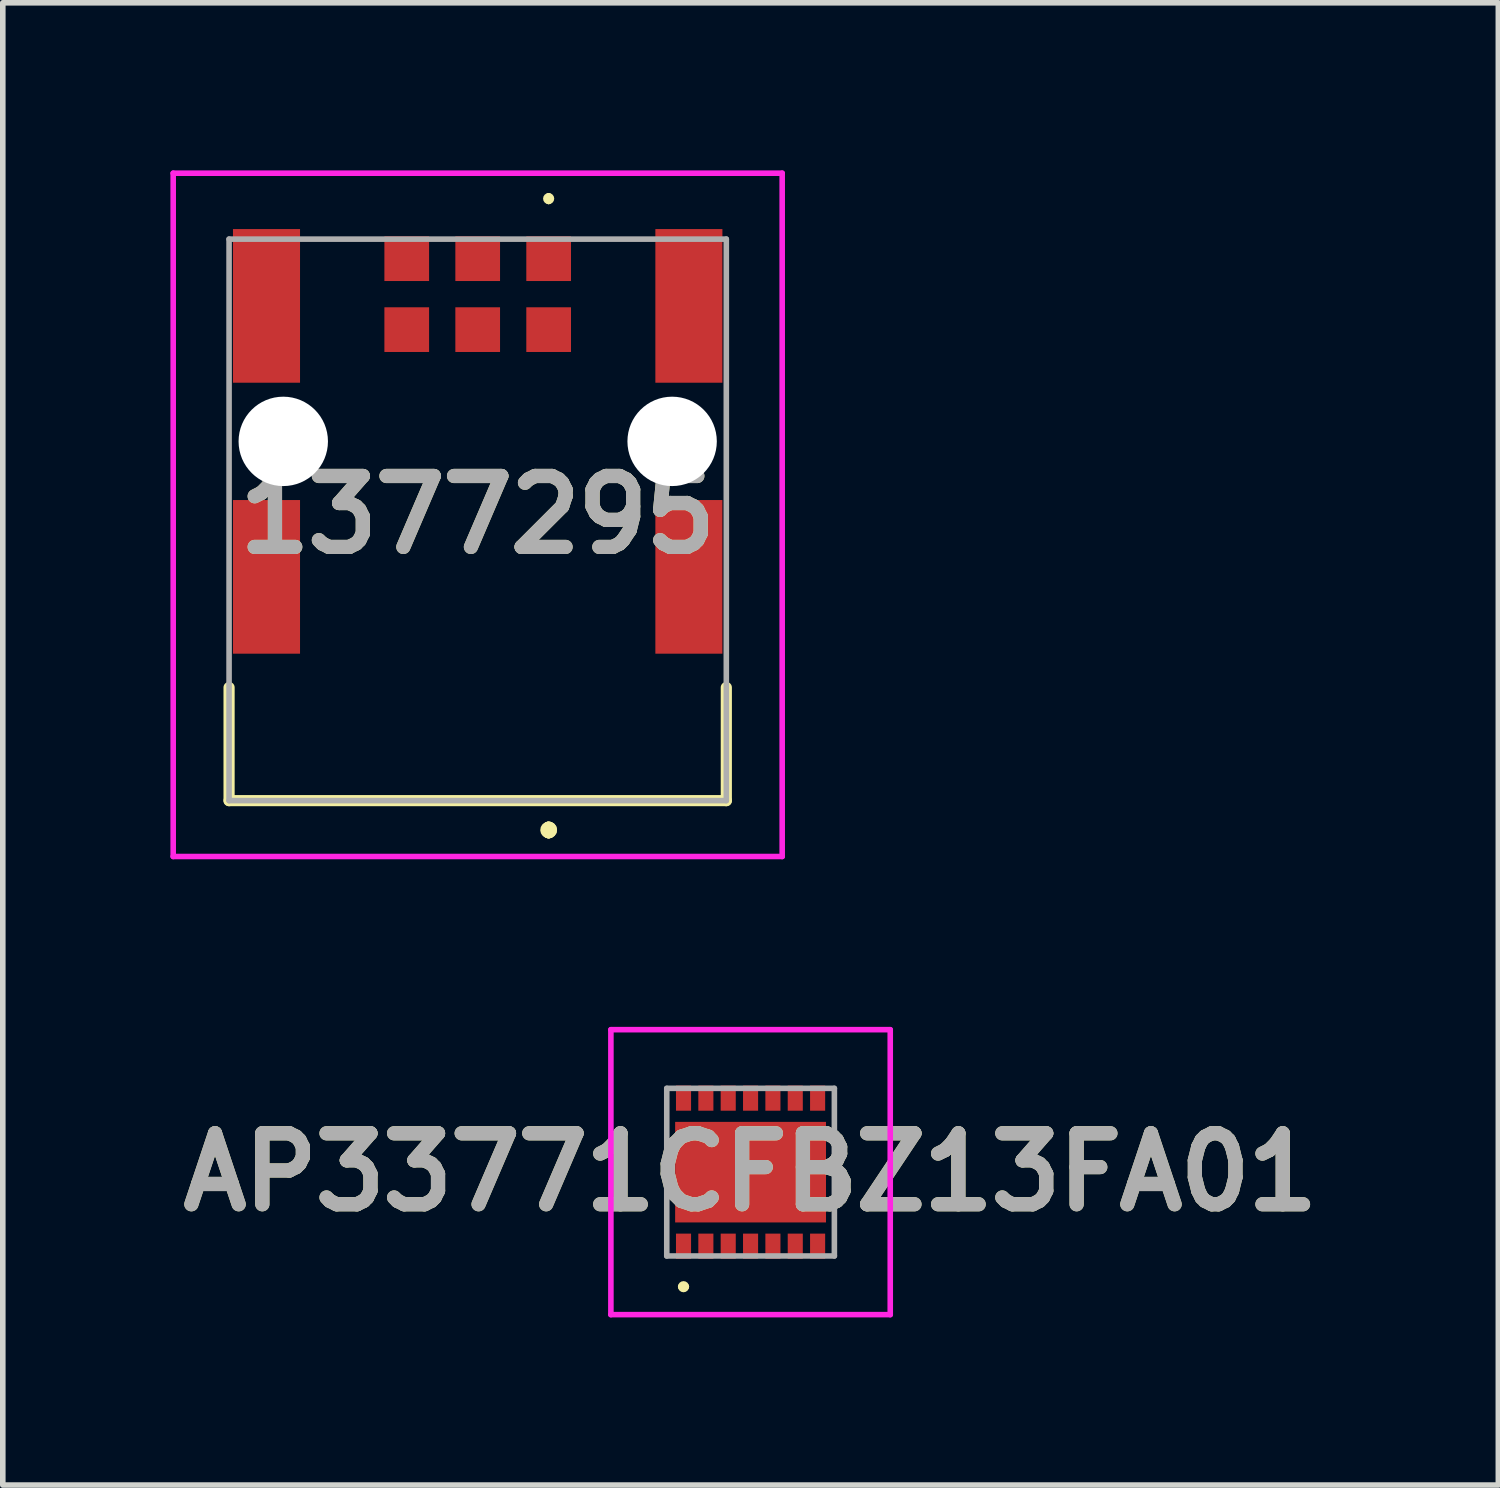
<source format=kicad_pcb>
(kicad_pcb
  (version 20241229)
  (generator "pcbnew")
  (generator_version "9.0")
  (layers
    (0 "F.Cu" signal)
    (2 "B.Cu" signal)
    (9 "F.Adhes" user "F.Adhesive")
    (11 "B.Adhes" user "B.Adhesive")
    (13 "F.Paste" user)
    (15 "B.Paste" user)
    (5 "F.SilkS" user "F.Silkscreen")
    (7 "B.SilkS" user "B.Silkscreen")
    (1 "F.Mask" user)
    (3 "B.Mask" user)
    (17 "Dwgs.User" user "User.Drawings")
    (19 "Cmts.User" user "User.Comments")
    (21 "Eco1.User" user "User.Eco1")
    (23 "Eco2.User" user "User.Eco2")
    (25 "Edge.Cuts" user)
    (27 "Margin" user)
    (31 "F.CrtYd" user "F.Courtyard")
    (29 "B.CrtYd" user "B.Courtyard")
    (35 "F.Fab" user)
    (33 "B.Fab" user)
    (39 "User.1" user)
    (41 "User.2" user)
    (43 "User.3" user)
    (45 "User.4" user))
  (footprint "1377295"
    (layer "F.Cu")
    (at 5.5 6.255)
    (property "Reference" "1377295" (at 0 -0.09 0) (layer "F.SilkS") (effects (font (size 1.27 1.27) (thickness 0.254))))
    (attr through_hole)
    (fp_line (start -4.45 3) (end -4.45 5.025) (stroke (width 0.2) (type solid)) (layer "F.SilkS"))
    (fp_line (start -4.45 5.025) (end 4.45 5.025) (stroke (width 0.2) (type solid)) (layer "F.SilkS"))
    (fp_line (start 1.27 -5.8) (end 1.27 -5.8) (stroke (width 0.1) (type solid)) (layer "F.SilkS"))
    (fp_line (start 1.27 -5.7) (end 1.27 -5.7) (stroke (width 0.1) (type solid)) (layer "F.SilkS"))
    (fp_line (start 1.27 5.5) (end 1.27 5.5) (stroke (width 0.2) (type solid)) (layer "F.SilkS"))
    (fp_line (start 1.27 5.6) (end 1.27 5.6) (stroke (width 0.2) (type solid)) (layer "F.SilkS"))
    (fp_line (start 1.27 5.6) (end 1.27 5.6) (stroke (width 0.2) (type solid)) (layer "F.SilkS"))
    (fp_line (start 4.45 5.025) (end 4.45 3) (stroke (width 0.2) (type solid)) (layer "F.SilkS"))
    (fp_arc (start 1.27 -5.8) (mid 1.32 -5.75) (end 1.27 -5.7) (stroke (width 0.1) (type solid)) (layer "F.SilkS"))
    (fp_arc (start 1.27 -5.7) (mid 1.22 -5.75) (end 1.27 -5.8) (stroke (width 0.1) (type solid)) (layer "F.SilkS"))
    (fp_arc (start 1.27 5.5) (mid 1.32 5.55) (end 1.27 5.6) (stroke (width 0.2) (type solid)) (layer "F.SilkS"))
    (fp_arc (start 1.27 5.5) (mid 1.32 5.55) (end 1.27 5.6) (stroke (width 0.2) (type solid)) (layer "F.SilkS"))
    (fp_arc (start 1.27 5.6) (mid 1.22 5.55) (end 1.27 5.5) (stroke (width 0.2) (type solid)) (layer "F.SilkS"))
    (fp_line (start -5.45 -6.205) (end 5.45 -6.205) (stroke (width 0.1) (type solid)) (layer "F.CrtYd"))
    (fp_line (start -5.45 6.025) (end -5.45 -6.205) (stroke (width 0.1) (type solid)) (layer "F.CrtYd"))
    (fp_line (start 5.45 -6.205) (end 5.45 6.025) (stroke (width 0.1) (type solid)) (layer "F.CrtYd"))
    (fp_line (start 5.45 6.025) (end -5.45 6.025) (stroke (width 0.1) (type solid)) (layer "F.CrtYd"))
    (fp_line (start -4.45 -5.025) (end -4.45 5.025) (stroke (width 0.1) (type solid)) (layer "F.Fab"))
    (fp_line (start -4.45 5.025) (end 4.45 5.025) (stroke (width 0.1) (type solid)) (layer "F.Fab"))
    (fp_line (start 4.45 -5.025) (end -4.45 -5.025) (stroke (width 0.1) (type solid)) (layer "F.Fab"))
    (fp_line (start 4.45 5.025) (end 4.45 -5.025) (stroke (width 0.1) (type solid)) (layer "F.Fab"))
    (fp_text user "${REFERENCE}" (at 0 -0.09 0) (layer "F.Fab") (effects (font (size 1.27 1.27) (thickness 0.254))))
    (pad "" np_thru_hole circle (at -3.48 -1.405) (size 1.6 1.6) (drill 1.6) (layers "*.Cu" "*.Mask"))
    (pad "" np_thru_hole circle (at 3.48 -1.405) (size 1.6 1.6) (drill 1.6) (layers "*.Cu" "*.Mask"))
    (pad "A1" smd rect (at 1.27 -3.405 90) (size 0.8 0.8) (layers "F.Cu" "F.Mask" "F.Paste"))
    (pad "A2" smd rect (at 0 -3.405 90) (size 0.8 0.8) (layers "F.Cu" "F.Mask" "F.Paste"))
    (pad "A3" smd rect (at -1.27 -3.405 90) (size 0.8 0.8) (layers "F.Cu" "F.Mask" "F.Paste"))
    (pad "B1" smd rect (at 1.27 -4.675 90) (size 0.8 0.8) (layers "F.Cu" "F.Mask" "F.Paste"))
    (pad "B2" smd rect (at 0 -4.675 90) (size 0.8 0.8) (layers "F.Cu" "F.Mask" "F.Paste"))
    (pad "B3" smd rect (at -1.27 -4.675 90) (size 0.8 0.8) (layers "F.Cu" "F.Mask" "F.Paste"))
    (pad "MP1" smd rect (at 3.78 1.02) (size 1.2 2.75) (layers "F.Cu" "F.Mask" "F.Paste"))
    (pad "MP2" smd rect (at -3.78 1.02) (size 1.2 2.75) (layers "F.Cu" "F.Mask" "F.Paste"))
    (pad "MP3" smd rect (at 3.78 -3.83) (size 1.2 2.75) (layers "F.Cu" "F.Mask" "F.Paste"))
    (pad "MP4" smd rect (at -3.78 -3.83) (size 1.2 2.75) (layers "F.Cu" "F.Mask" "F.Paste")))
  (footprint "AP33771CFBZ13FA01"
    (layer "F.Cu")
    (at 10.384 17.93)
    (property "Reference" "AP33771CFBZ13FA01" (at 0 0 0) (layer "F.SilkS") (effects (font (size 1.27 1.27) (thickness 0.254))))
    (attr smd)
    (fp_line (start -1.25 2.05) (end -1.25 2.05) (stroke (width 0.1) (type solid)) (layer "F.SilkS"))
    (fp_line (start -1.15 2.05) (end -1.15 2.05) (stroke (width 0.1) (type solid)) (layer "F.SilkS"))
    (fp_arc (start -1.25 2.05) (mid -1.2 2) (end -1.15 2.05) (stroke (width 0.1) (type solid)) (layer "F.SilkS"))
    (fp_arc (start -1.15 2.05) (mid -1.2 2.1) (end -1.25 2.05) (stroke (width 0.1) (type solid)) (layer "F.SilkS"))
    (fp_line (start -2.5 -2.55) (end 2.5 -2.55) (stroke (width 0.1) (type solid)) (layer "F.CrtYd"))
    (fp_line (start -2.5 2.55) (end -2.5 -2.55) (stroke (width 0.1) (type solid)) (layer "F.CrtYd"))
    (fp_line (start 2.5 -2.55) (end 2.5 2.55) (stroke (width 0.1) (type solid)) (layer "F.CrtYd"))
    (fp_line (start 2.5 2.55) (end -2.5 2.55) (stroke (width 0.1) (type solid)) (layer "F.CrtYd"))
    (fp_line (start -1.5 -1.5) (end 1.5 -1.5) (stroke (width 0.1) (type solid)) (layer "F.Fab"))
    (fp_line (start -1.5 1.5) (end -1.5 -1.5) (stroke (width 0.1) (type solid)) (layer "F.Fab"))
    (fp_line (start 1.5 -1.5) (end 1.5 1.5) (stroke (width 0.1) (type solid)) (layer "F.Fab"))
    (fp_line (start 1.5 1.5) (end -1.5 1.5) (stroke (width 0.1) (type solid)) (layer "F.Fab"))
    (fp_text user "${REFERENCE}" (at 0 0 0) (layer "F.Fab") (effects (font (size 1.27 1.27) (thickness 0.254))))
    (pad "1" smd rect (at -1.2 1.325) (size 0.27 0.45) (layers "F.Cu" "F.Mask" "F.Paste"))
    (pad "2" smd rect (at -0.8 1.325) (size 0.27 0.45) (layers "F.Cu" "F.Mask" "F.Paste"))
    (pad "3" smd rect (at -0.4 1.325) (size 0.27 0.45) (layers "F.Cu" "F.Mask" "F.Paste"))
    (pad "4" smd rect (at 0 1.325) (size 0.27 0.45) (layers "F.Cu" "F.Mask" "F.Paste"))
    (pad "5" smd rect (at 0.4 1.325) (size 0.27 0.45) (layers "F.Cu" "F.Mask" "F.Paste"))
    (pad "6" smd rect (at 0.8 1.325) (size 0.27 0.45) (layers "F.Cu" "F.Mask" "F.Paste"))
    (pad "7" smd rect (at 1.2 1.325) (size 0.27 0.45) (layers "F.Cu" "F.Mask" "F.Paste"))
    (pad "8" smd rect (at 1.2 -1.325) (size 0.27 0.45) (layers "F.Cu" "F.Mask" "F.Paste"))
    (pad "9" smd rect (at 0.8 -1.325) (size 0.27 0.45) (layers "F.Cu" "F.Mask" "F.Paste"))
    (pad "10" smd rect (at 0.4 -1.325) (size 0.27 0.45) (layers "F.Cu" "F.Mask" "F.Paste"))
    (pad "11" smd rect (at 0 -1.325) (size 0.27 0.45) (layers "F.Cu" "F.Mask" "F.Paste"))
    (pad "12" smd rect (at -0.4 -1.325) (size 0.27 0.45) (layers "F.Cu" "F.Mask" "F.Paste"))
    (pad "13" smd rect (at -0.8 -1.325) (size 0.27 0.45) (layers "F.Cu" "F.Mask" "F.Paste"))
    (pad "14" smd rect (at -1.2 -1.325) (size 0.27 0.45) (layers "F.Cu" "F.Mask" "F.Paste"))
    (pad "15" smd rect (at 0 0 90) (size 1.8 2.7) (layers "F.Cu" "F.Mask" "F.Paste")))
  (gr_rect
    (start -3 -3)
    (end 23.768 23.53)
    (stroke (width 0.1) (type default))
    (fill no)
    (layer "Edge.Cuts")))
</source>
